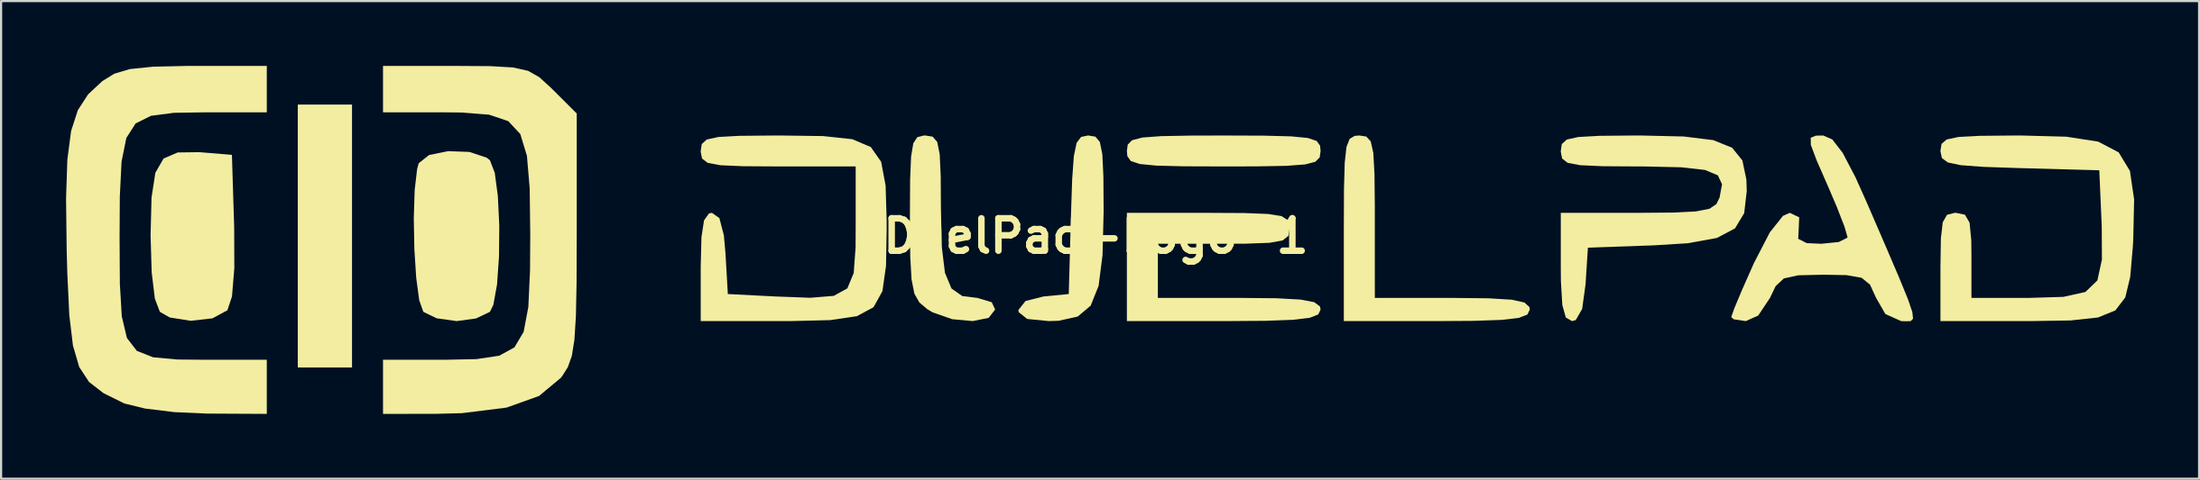
<source format=kicad_pcb>
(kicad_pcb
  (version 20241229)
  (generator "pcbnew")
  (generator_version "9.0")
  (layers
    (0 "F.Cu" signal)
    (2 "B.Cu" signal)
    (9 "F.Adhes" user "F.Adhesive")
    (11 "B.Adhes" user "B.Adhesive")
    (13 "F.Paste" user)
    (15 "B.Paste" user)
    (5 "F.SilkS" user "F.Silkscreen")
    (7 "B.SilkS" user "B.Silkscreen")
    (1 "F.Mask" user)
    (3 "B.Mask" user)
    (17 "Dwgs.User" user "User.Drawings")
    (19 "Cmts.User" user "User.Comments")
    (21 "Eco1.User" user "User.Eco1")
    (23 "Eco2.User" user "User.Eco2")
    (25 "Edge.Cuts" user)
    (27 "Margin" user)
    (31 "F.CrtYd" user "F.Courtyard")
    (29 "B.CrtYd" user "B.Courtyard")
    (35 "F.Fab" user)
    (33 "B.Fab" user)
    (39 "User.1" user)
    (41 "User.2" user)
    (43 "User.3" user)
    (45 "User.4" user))
  (footprint "DuelPad-Logo-1"
    (layer "F.Cu")
    (at 47.547 7.87)
    (property "Reference" "DuelPad-Logo-1" (at 0 0 0) (layer "F.SilkS") (effects (font (size 1.5 1.5) (thickness 0.3))))
    (attr board_only exclude_from_pos_files exclude_from_bom)
    (fp_poly (pts (xy -34.344 0) (xy -34.344 6.082) (xy -35.596 6.082) (xy -36.848 6.082) (xy -36.848 0) (xy -36.848 -6.082) (xy -35.596 -6.082) (xy -34.344 -6.082)) (stroke (width 0) (type solid)) (fill yes) (layer "F.SilkS"))
    (fp_poly (pts (xy -41.255 -3.869) (xy -39.889 -3.756) (xy -39.785 -0.411) (xy -39.778 1.489) (xy -39.886 2.793) (xy -40.098 3.435) (xy -40.788 3.807) (xy -41.794 3.921) (xy -42.761 3.767) (xy -43.216 3.506) (xy -43.447 2.898) (xy -43.594 1.679) (xy -43.645 -0.028) (xy -43.601 -1.778) (xy -43.424 -2.928) (xy -43.044 -3.587) (xy -42.393 -3.867) (xy -41.4 -3.88)) (stroke (width 0) (type solid)) (fill yes) (layer "F.SilkS"))
    (fp_poly (pts (xy -28.926 -3.891) (xy -28.131 -3.628) (xy -27.976 -3.506) (xy -27.754 -2.925) (xy -27.611 -1.846) (xy -27.545 -0.483) (xy -27.558 0.952) (xy -27.649 2.245) (xy -27.819 3.183) (xy -27.976 3.506) (xy -28.622 3.814) (xy -29.514 3.935) (xy -30.44 3.804) (xy -31.052 3.506) (xy -31.24 2.975) (xy -31.38 1.937) (xy -31.466 0.603) (xy -31.492 -0.821) (xy -31.452 -2.124) (xy -31.338 -3.1) (xy -31.265 -3.369) (xy -30.785 -3.749) (xy -29.908 -3.927)) (stroke (width 0) (type solid)) (fill yes) (layer "F.SilkS"))
    (fp_poly (pts (xy -0.022 -4.598) (xy 0.183 -4.352) (xy 0.298 -3.783) (xy 0.347 -2.759) (xy 0.358 -1.153) (xy 0.308 0.881) (xy 0.126 2.304) (xy -0.24 3.219) (xy -0.837 3.724) (xy -1.718 3.92) (xy -2.167 3.935) (xy -3.172 3.836) (xy -3.565 3.521) (xy -3.577 3.421) (xy -3.248 3.005) (xy -2.415 2.795) (xy -1.252 2.683) (xy -1.15 -0.984) (xy -1.094 -2.639) (xy -1.016 -3.705) (xy -0.889 -4.311) (xy -0.685 -4.584) (xy -0.375 -4.65) (xy -0.345 -4.651)) (stroke (width 0) (type solid)) (fill yes) (layer "F.SilkS"))
    (fp_poly (pts (xy 7.759 -4.644) (xy 9.015 -4.612) (xy 9.789 -4.536) (xy 10.196 -4.398) (xy 10.352 -4.178) (xy 10.375 -3.935) (xy 10.334 -3.638) (xy 10.134 -3.437) (xy 9.659 -3.313) (xy 8.793 -3.248) (xy 7.419 -3.223) (xy 5.903 -3.22) (xy 4.047 -3.226) (xy 2.79 -3.258) (xy 2.017 -3.334) (xy 1.61 -3.473) (xy 1.454 -3.693) (xy 1.431 -3.935) (xy 1.472 -4.232) (xy 1.671 -4.433) (xy 2.146 -4.557) (xy 3.012 -4.622) (xy 4.386 -4.647) (xy 5.903 -4.651)) (stroke (width 0) (type solid)) (fill yes) (layer "F.SilkS"))
    (fp_poly (pts (xy 12.483 -4.604) (xy 12.69 -4.378) (xy 12.809 -3.847) (xy 12.863 -2.885) (xy 12.879 -1.365) (xy 12.879 -0.894) (xy 12.879 2.862) (xy 16.456 2.862) (xy 18.125 2.88) (xy 19.196 2.945) (xy 19.787 3.075) (xy 20.017 3.287) (xy 20.034 3.399) (xy 19.926 3.63) (xy 19.53 3.786) (xy 18.737 3.879) (xy 17.436 3.924) (xy 15.741 3.935) (xy 11.448 3.935) (xy 11.448 -0.358) (xy 11.455 -2.17) (xy 11.489 -3.385) (xy 11.57 -4.122) (xy 11.718 -4.499) (xy 11.953 -4.635) (xy 12.163 -4.651)) (stroke (width 0) (type solid)) (fill yes) (layer "F.SilkS"))
    (fp_poly (pts (xy -7.535 -4.598) (xy -7.325 -4.352) (xy -7.21 -3.778) (xy -7.163 -2.742) (xy -7.155 -1.324) (xy -7.116 0.49) (xy -6.968 1.703) (xy -6.666 2.428) (xy -6.166 2.777) (xy -5.474 2.862) (xy -4.808 3.062) (xy -4.651 3.399) (xy -4.949 3.785) (xy -5.687 3.934) (xy -6.631 3.848) (xy -7.546 3.527) (xy -7.791 3.378) (xy -8.149 3.074) (xy -8.38 2.666) (xy -8.511 2.005) (xy -8.571 0.944) (xy -8.586 -0.666) (xy -8.586 -0.915) (xy -8.577 -2.585) (xy -8.533 -3.667) (xy -8.431 -4.287) (xy -8.247 -4.572) (xy -7.955 -4.649) (xy -7.87 -4.651)) (stroke (width 0) (type solid)) (fill yes) (layer "F.SilkS"))
    (fp_poly (pts (xy 6.863 -1.064) (xy 7.95 -1.021) (xy 8.574 -0.92) (xy 8.863 -0.737) (xy 8.942 -0.447) (xy 8.944 -0.358) (xy 8.887 -0.01) (xy 8.624 0.203) (xy 8.015 0.313) (xy 6.919 0.353) (xy 5.903 0.358) (xy 2.862 0.358) (xy 2.862 1.61) (xy 2.862 2.862) (xy 6.618 2.862) (xy 8.334 2.878) (xy 9.45 2.939) (xy 10.081 3.06) (xy 10.345 3.257) (xy 10.375 3.399) (xy 10.269 3.626) (xy 9.881 3.78) (xy 9.102 3.875) (xy 7.825 3.922) (xy 5.942 3.935) (xy 5.903 3.935) (xy 1.431 3.935) (xy 1.431 1.431) (xy 1.431 -1.073) (xy 5.187 -1.073)) (stroke (width 0) (type solid)) (fill yes) (layer "F.SilkS"))
    (fp_poly (pts (xy -27.958 -7.86) (xy -26.91 -7.799) (xy -26.216 -7.643) (xy -25.695 -7.347) (xy -25.168 -6.867) (xy -25.07 -6.77) (xy -23.969 -5.669) (xy -23.969 -0.021) (xy -23.976 2.138) (xy -24.007 3.703) (xy -24.076 4.798) (xy -24.195 5.544) (xy -24.379 6.064) (xy -24.642 6.481) (xy -24.701 6.558) (xy -25.708 7.398) (xy -27.209 7.937) (xy -29.275 8.195) (xy -30.498 8.226) (xy -32.913 8.228) (xy -32.913 6.976) (xy -32.913 5.724) (xy -30.071 5.724) (xy -28.601 5.694) (xy -27.55 5.537) (xy -26.846 5.151) (xy -26.42 4.432) (xy -26.203 3.279) (xy -26.125 1.59) (xy -26.115 -0.08) (xy -26.141 -2.203) (xy -26.269 -3.714) (xy -26.574 -4.718) (xy -27.132 -5.317) (xy -28.019 -5.615) (xy -29.309 -5.715) (xy -30.23 -5.724) (xy -32.913 -5.724) (xy -32.913 -6.797) (xy -32.913 -7.87) (xy -29.542 -7.87)) (stroke (width 0) (type solid)) (fill yes) (layer "F.SilkS"))
    (fp_poly (pts (xy -38.279 -6.797) (xy -38.279 -5.724) (xy -41.085 -5.724) (xy -42.566 -5.701) (xy -43.626 -5.563) (xy -44.336 -5.209) (xy -44.765 -4.536) (xy -44.985 -3.441) (xy -45.065 -1.821) (xy -45.076 0.092) (xy -45.063 2.21) (xy -44.974 3.717) (xy -44.737 4.716) (xy -44.278 5.313) (xy -43.525 5.61) (xy -42.403 5.712) (xy -41.115 5.724) (xy -38.279 5.724) (xy -38.279 6.976) (xy -38.279 8.228) (xy -41.051 8.214) (xy -42.549 8.146) (xy -43.903 7.98) (xy -44.841 7.75) (xy -44.897 7.726) (xy -45.818 7.269) (xy -46.484 6.753) (xy -46.939 6.06) (xy -47.229 5.067) (xy -47.398 3.654) (xy -47.49 1.699) (xy -47.519 0.641) (xy -47.547 -1.744) (xy -47.487 -3.537) (xy -47.315 -4.856) (xy -47.004 -5.822) (xy -46.53 -6.554) (xy -45.874 -7.167) (xy -45.316 -7.512) (xy -44.596 -7.725) (xy -43.541 -7.834) (xy -41.975 -7.87) (xy -41.629 -7.87) (xy -38.279 -7.87)) (stroke (width 0) (type solid)) (fill yes) (layer "F.SilkS"))
    (fp_poly (pts (xy -12.593 -4.625) (xy -11.245 -4.48) (xy -10.39 -4.116) (xy -9.915 -3.436) (xy -9.709 -2.338) (xy -9.66 -0.723) (xy -9.659 -0.296) (xy -9.69 1.386) (xy -9.855 2.55) (xy -10.266 3.292) (xy -11.034 3.707) (xy -12.269 3.89) (xy -14.082 3.934) (xy -14.606 3.935) (xy -18.245 3.935) (xy -18.245 1.431) (xy -18.211 0.059) (xy -18.092 -0.725) (xy -17.863 -1.046) (xy -17.727 -1.073) (xy -17.383 -0.83) (xy -17.176 -0.035) (xy -17.101 0.805) (xy -16.993 2.683) (xy -14.861 2.793) (xy -13.187 2.856) (xy -12.1 2.767) (xy -11.474 2.421) (xy -11.181 1.711) (xy -11.095 0.531) (xy -11.09 -0.365) (xy -11.09 -3.22) (xy -14.668 -3.22) (xy -16.296 -3.23) (xy -17.338 -3.276) (xy -17.924 -3.386) (xy -18.183 -3.584) (xy -18.245 -3.897) (xy -18.245 -3.935) (xy -18.197 -4.256) (xy -17.969 -4.464) (xy -17.434 -4.582) (xy -16.463 -4.636) (xy -14.929 -4.65) (xy -14.544 -4.651)) (stroke (width 0) (type solid)) (fill yes) (layer "F.SilkS"))
    (fp_poly (pts (xy 27.141 -4.606) (xy 28.509 -4.436) (xy 29.377 -4.084) (xy 29.85 -3.495) (xy 30.034 -2.613) (xy 30.051 -2.084) (xy 29.933 -1.059) (xy 29.509 -0.355) (xy 28.673 0.089) (xy 27.32 0.334) (xy 25.747 0.431) (xy 22.717 0.537) (xy 22.608 2.236) (xy 22.451 3.377) (xy 22.154 3.889) (xy 21.982 3.935) (xy 21.698 3.771) (xy 21.536 3.194) (xy 21.47 2.081) (xy 21.465 1.431) (xy 21.465 -1.073) (xy 25.018 -1.073) (xy 26.653 -1.086) (xy 27.71 -1.14) (xy 28.33 -1.262) (xy 28.649 -1.478) (xy 28.798 -1.786) (xy 28.909 -2.396) (xy 28.717 -2.808) (xy 28.123 -3.057) (xy 27.028 -3.181) (xy 25.333 -3.219) (xy 25.021 -3.22) (xy 23.399 -3.23) (xy 22.362 -3.277) (xy 21.78 -3.387) (xy 21.525 -3.588) (xy 21.465 -3.903) (xy 21.465 -3.935) (xy 21.512 -4.256) (xy 21.741 -4.464) (xy 22.276 -4.582) (xy 23.247 -4.636) (xy 24.781 -4.65) (xy 25.166 -4.651)) (stroke (width 0) (type solid)) (fill yes) (layer "F.SilkS"))
    (fp_poly (pts (xy 44.808 -4.596) (xy 46.275 -4.368) (xy 47.222 -3.872) (xy 47.743 -3.012) (xy 47.936 -1.691) (xy 47.895 0.186) (xy 47.875 0.508) (xy 47.756 1.892) (xy 47.527 2.842) (xy 47.07 3.44) (xy 46.267 3.768) (xy 44.999 3.905) (xy 43.148 3.935) (xy 42.886 3.935) (xy 38.994 3.935) (xy 38.994 1.431) (xy 39.014 0.115) (xy 39.101 -0.639) (xy 39.299 -0.984) (xy 39.653 -1.073) (xy 39.71 -1.073) (xy 40.123 -0.988) (xy 40.339 -0.619) (xy 40.418 0.204) (xy 40.425 0.894) (xy 40.425 2.862) (xy 43.065 2.862) (xy 44.671 2.814) (xy 45.688 2.587) (xy 46.24 2.053) (xy 46.449 1.085) (xy 46.441 -0.444) (xy 46.435 -0.594) (xy 46.328 -3.041) (xy 42.661 -3.143) (xy 41.006 -3.199) (xy 39.94 -3.277) (xy 39.334 -3.404) (xy 39.061 -3.608) (xy 38.995 -3.918) (xy 38.994 -3.948) (xy 39.045 -4.262) (xy 39.279 -4.466) (xy 39.826 -4.583) (xy 40.811 -4.636) (xy 42.36 -4.65) (xy 42.725 -4.651)) (stroke (width 0) (type solid)) (fill yes) (layer "F.SilkS"))
    (fp_poly (pts (xy 34.003 -4.466) (xy 34.48 -3.849) (xy 35.075 -2.709) (xy 35.606 -1.52) (xy 36.477 0.498) (xy 37.097 1.949) (xy 37.495 2.926) (xy 37.697 3.521) (xy 37.729 3.827) (xy 37.618 3.937) (xy 37.391 3.943) (xy 37.179 3.935) (xy 36.452 3.608) (xy 36.023 2.862) (xy 35.743 2.251) (xy 35.355 1.931) (xy 34.649 1.808) (xy 33.593 1.789) (xy 32.428 1.816) (xy 31.764 1.961) (xy 31.385 2.317) (xy 31.124 2.862) (xy 30.579 3.679) (xy 30.007 3.935) (xy 29.449 3.852) (xy 29.335 3.748) (xy 29.473 3.354) (xy 29.834 2.49) (xy 30.344 1.338) (xy 30.386 1.244) (xy 31.117 -0.171) (xy 31.727 -0.937) (xy 32.038 -1.073) (xy 32.472 -0.866) (xy 32.451 -0.358) (xy 32.428 0.128) (xy 32.819 0.327) (xy 33.483 0.358) (xy 34.297 0.277) (xy 34.694 0.079) (xy 34.701 0.045) (xy 34.566 -0.427) (xy 34.214 -1.336) (xy 33.807 -2.291) (xy 33.273 -3.511) (xy 33.01 -4.216) (xy 33.005 -4.547) (xy 33.246 -4.645) (xy 33.586 -4.651)) (stroke (width 0) (type solid)) (fill yes) (layer "F.SilkS")))
  (gr_rect
    (start -3 -3)
    (end 98.483 19.099)
    (stroke (width 0.1) (type default))
    (fill no)
    (layer "Edge.Cuts")))
</source>
